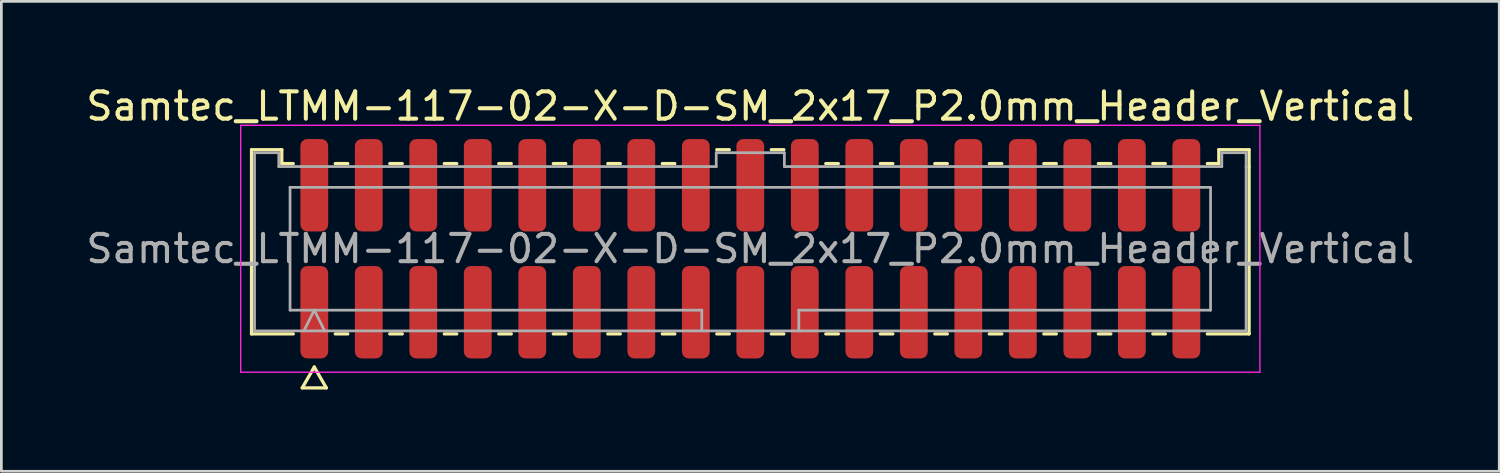
<source format=kicad_pcb>
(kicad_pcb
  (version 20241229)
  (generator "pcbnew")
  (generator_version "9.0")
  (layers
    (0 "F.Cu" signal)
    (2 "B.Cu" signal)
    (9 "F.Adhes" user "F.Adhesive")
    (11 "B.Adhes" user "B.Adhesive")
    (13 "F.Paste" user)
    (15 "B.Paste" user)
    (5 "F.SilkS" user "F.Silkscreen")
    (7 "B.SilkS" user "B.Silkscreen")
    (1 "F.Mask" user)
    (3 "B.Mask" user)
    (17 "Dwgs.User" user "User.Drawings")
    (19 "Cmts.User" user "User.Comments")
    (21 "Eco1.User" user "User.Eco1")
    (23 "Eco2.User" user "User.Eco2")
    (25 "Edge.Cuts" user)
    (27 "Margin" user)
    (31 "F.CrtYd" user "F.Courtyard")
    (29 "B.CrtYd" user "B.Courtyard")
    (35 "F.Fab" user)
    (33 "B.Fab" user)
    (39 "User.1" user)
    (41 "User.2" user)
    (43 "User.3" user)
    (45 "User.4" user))
  (footprint "Samtec_LTMM-117-02-X-D-SM_2x17_P2.0mm_Header_Vertical"
    (layer "F.Cu")
    (at 24.482 6.078)
    (property "Reference" "Samtec_LTMM-117-02-X-D-SM_2x17_P2.0mm_Header_Vertical" (at 0 -5.23 0) (layer "F.SilkS") (effects (font (size 1 1) (thickness 0.15))))
    (attr smd)
    (fp_line (start -18.302 -3.635) (end -17.192 -3.635) (stroke (width 0.12) (type solid)) (layer "F.SilkS"))
    (fp_line (start -18.302 3.125) (end -18.302 -3.635) (stroke (width 0.12) (type solid)) (layer "F.SilkS"))
    (fp_line (start -17.192 -3.635) (end -17.192 -3.125) (stroke (width 0.12) (type solid)) (layer "F.SilkS"))
    (fp_line (start -17.192 -3.125) (end -16.77 -3.125) (stroke (width 0.12) (type solid)) (layer "F.SilkS"))
    (fp_line (start -16.77 3.125) (end -18.302 3.125) (stroke (width 0.12) (type solid)) (layer "F.SilkS"))
    (fp_line (start -16.442 5.105) (end -16 4.34) (stroke (width 0.12) (type solid)) (layer "F.SilkS"))
    (fp_line (start -16 4.34) (end -15.558 5.105) (stroke (width 0.12) (type solid)) (layer "F.SilkS"))
    (fp_line (start -15.558 5.105) (end -16.442 5.105) (stroke (width 0.12) (type solid)) (layer "F.SilkS"))
    (fp_line (start -15.23 -3.125) (end -14.77 -3.125) (stroke (width 0.12) (type solid)) (layer "F.SilkS"))
    (fp_line (start -14.77 3.125) (end -15.23 3.125) (stroke (width 0.12) (type solid)) (layer "F.SilkS"))
    (fp_line (start -13.23 -3.125) (end -12.77 -3.125) (stroke (width 0.12) (type solid)) (layer "F.SilkS"))
    (fp_line (start -12.77 3.125) (end -13.23 3.125) (stroke (width 0.12) (type solid)) (layer "F.SilkS"))
    (fp_line (start -11.23 -3.125) (end -10.77 -3.125) (stroke (width 0.12) (type solid)) (layer "F.SilkS"))
    (fp_line (start -10.77 3.125) (end -11.23 3.125) (stroke (width 0.12) (type solid)) (layer "F.SilkS"))
    (fp_line (start -9.23 -3.125) (end -8.77 -3.125) (stroke (width 0.12) (type solid)) (layer "F.SilkS"))
    (fp_line (start -8.77 3.125) (end -9.23 3.125) (stroke (width 0.12) (type solid)) (layer "F.SilkS"))
    (fp_line (start -7.23 -3.125) (end -6.77 -3.125) (stroke (width 0.12) (type solid)) (layer "F.SilkS"))
    (fp_line (start -6.77 3.125) (end -7.23 3.125) (stroke (width 0.12) (type solid)) (layer "F.SilkS"))
    (fp_line (start -5.23 -3.125) (end -4.77 -3.125) (stroke (width 0.12) (type solid)) (layer "F.SilkS"))
    (fp_line (start -4.77 3.125) (end -5.23 3.125) (stroke (width 0.12) (type solid)) (layer "F.SilkS"))
    (fp_line (start -3.23 -3.125) (end -2.77 -3.125) (stroke (width 0.12) (type solid)) (layer "F.SilkS"))
    (fp_line (start -2.77 3.125) (end -3.23 3.125) (stroke (width 0.12) (type solid)) (layer "F.SilkS"))
    (fp_line (start -1.23 -3.635) (end -0.77 -3.635) (stroke (width 0.12) (type solid)) (layer "F.SilkS"))
    (fp_line (start -0.77 3.125) (end -1.23 3.125) (stroke (width 0.12) (type solid)) (layer "F.SilkS"))
    (fp_line (start 0.77 -3.635) (end 1.23 -3.635) (stroke (width 0.12) (type solid)) (layer "F.SilkS"))
    (fp_line (start 1.23 3.125) (end 0.77 3.125) (stroke (width 0.12) (type solid)) (layer "F.SilkS"))
    (fp_line (start 2.77 -3.125) (end 3.23 -3.125) (stroke (width 0.12) (type solid)) (layer "F.SilkS"))
    (fp_line (start 3.23 3.125) (end 2.77 3.125) (stroke (width 0.12) (type solid)) (layer "F.SilkS"))
    (fp_line (start 4.77 -3.125) (end 5.23 -3.125) (stroke (width 0.12) (type solid)) (layer "F.SilkS"))
    (fp_line (start 5.23 3.125) (end 4.77 3.125) (stroke (width 0.12) (type solid)) (layer "F.SilkS"))
    (fp_line (start 6.77 -3.125) (end 7.23 -3.125) (stroke (width 0.12) (type solid)) (layer "F.SilkS"))
    (fp_line (start 7.23 3.125) (end 6.77 3.125) (stroke (width 0.12) (type solid)) (layer "F.SilkS"))
    (fp_line (start 8.77 -3.125) (end 9.23 -3.125) (stroke (width 0.12) (type solid)) (layer "F.SilkS"))
    (fp_line (start 9.23 3.125) (end 8.77 3.125) (stroke (width 0.12) (type solid)) (layer "F.SilkS"))
    (fp_line (start 10.77 -3.125) (end 11.23 -3.125) (stroke (width 0.12) (type solid)) (layer "F.SilkS"))
    (fp_line (start 11.23 3.125) (end 10.77 3.125) (stroke (width 0.12) (type solid)) (layer "F.SilkS"))
    (fp_line (start 12.77 -3.125) (end 13.23 -3.125) (stroke (width 0.12) (type solid)) (layer "F.SilkS"))
    (fp_line (start 13.23 3.125) (end 12.77 3.125) (stroke (width 0.12) (type solid)) (layer "F.SilkS"))
    (fp_line (start 14.77 -3.125) (end 15.23 -3.125) (stroke (width 0.12) (type solid)) (layer "F.SilkS"))
    (fp_line (start 15.23 3.125) (end 14.77 3.125) (stroke (width 0.12) (type solid)) (layer "F.SilkS"))
    (fp_line (start 16.77 -3.125) (end 17.192 -3.125) (stroke (width 0.12) (type solid)) (layer "F.SilkS"))
    (fp_line (start 17.192 -3.635) (end 18.302 -3.635) (stroke (width 0.12) (type solid)) (layer "F.SilkS"))
    (fp_line (start 17.192 -3.125) (end 17.192 -3.635) (stroke (width 0.12) (type solid)) (layer "F.SilkS"))
    (fp_line (start 18.302 -3.635) (end 18.302 -3.015) (stroke (width 0.12) (type solid)) (layer "F.SilkS"))
    (fp_line (start 18.302 -3.015) (end 18.302 3.125) (stroke (width 0.12) (type solid)) (layer "F.SilkS"))
    (fp_line (start 18.302 3.125) (end 16.77 3.125) (stroke (width 0.12) (type solid)) (layer "F.SilkS"))
    (fp_line (start -18.7 -4.53) (end -18.7 4.53) (stroke (width 0.05) (type solid)) (layer "F.CrtYd"))
    (fp_line (start -18.7 4.53) (end 18.7 4.53) (stroke (width 0.05) (type solid)) (layer "F.CrtYd"))
    (fp_line (start 18.7 -4.53) (end -18.7 -4.53) (stroke (width 0.05) (type solid)) (layer "F.CrtYd"))
    (fp_line (start 18.7 4.53) (end 18.7 -4.53) (stroke (width 0.05) (type solid)) (layer "F.CrtYd"))
    (fp_line (start -18.192 -3.525) (end -17.302 -3.525) (stroke (width 0.1) (type solid)) (layer "F.Fab"))
    (fp_line (start -18.192 3.015) (end -18.192 -3.525) (stroke (width 0.1) (type solid)) (layer "F.Fab"))
    (fp_line (start -17.302 -3.525) (end -17.302 -3.015) (stroke (width 0.1) (type solid)) (layer "F.Fab"))
    (fp_line (start -17.302 -3.015) (end -1.25 -3.015) (stroke (width 0.1) (type solid)) (layer "F.Fab"))
    (fp_line (start -16.889 -2.253) (end 16.889 -2.253) (stroke (width 0.1) (type solid)) (layer "F.Fab"))
    (fp_line (start -16.889 2.253) (end -16.889 -2.253) (stroke (width 0.1) (type solid)) (layer "F.Fab"))
    (fp_line (start -16.381 3.015) (end -16 2.253) (stroke (width 0.1) (type solid)) (layer "F.Fab"))
    (fp_line (start -16 2.253) (end -15.619 3.015) (stroke (width 0.1) (type solid)) (layer "F.Fab"))
    (fp_line (start -1.78 2.253) (end -16.889 2.253) (stroke (width 0.1) (type solid)) (layer "F.Fab"))
    (fp_line (start -1.78 3.015) (end -1.78 2.253) (stroke (width 0.1) (type solid)) (layer "F.Fab"))
    (fp_line (start -1.25 -3.525) (end 1.25 -3.525) (stroke (width 0.1) (type solid)) (layer "F.Fab"))
    (fp_line (start -1.25 -3.015) (end -1.25 -3.525) (stroke (width 0.1) (type solid)) (layer "F.Fab"))
    (fp_line (start 1.25 -3.525) (end 1.25 -3.015) (stroke (width 0.1) (type solid)) (layer "F.Fab"))
    (fp_line (start 1.25 -3.015) (end 17.302 -3.015) (stroke (width 0.1) (type solid)) (layer "F.Fab"))
    (fp_line (start 1.78 2.253) (end 1.78 3.015) (stroke (width 0.1) (type solid)) (layer "F.Fab"))
    (fp_line (start 16.889 -2.253) (end 16.889 2.253) (stroke (width 0.1) (type solid)) (layer "F.Fab"))
    (fp_line (start 16.889 2.253) (end 1.78 2.253) (stroke (width 0.1) (type solid)) (layer "F.Fab"))
    (fp_line (start 17.302 -3.525) (end 18.192 -3.525) (stroke (width 0.1) (type solid)) (layer "F.Fab"))
    (fp_line (start 17.302 -3.015) (end 17.302 -3.525) (stroke (width 0.1) (type solid)) (layer "F.Fab"))
    (fp_line (start 18.192 -3.525) (end 18.192 -3.015) (stroke (width 0.1) (type solid)) (layer "F.Fab"))
    (fp_line (start 18.192 -3.015) (end 18.192 3.015) (stroke (width 0.1) (type solid)) (layer "F.Fab"))
    (fp_line (start 18.192 3.015) (end -18.192 3.015) (stroke (width 0.1) (type solid)) (layer "F.Fab"))
    (fp_text user "${REFERENCE}" (at 0 0 0) (layer "F.Fab") (effects (font (size 1 1) (thickness 0.15))))
    (pad "1" smd roundrect (at -16 2.33) (size 1.02 3.39) (layers "F.Cu" "F.Mask" "F.Paste") (roundrect_rratio 0.245))
    (pad "2" smd roundrect (at -16 -2.33) (size 1.02 3.39) (layers "F.Cu" "F.Mask" "F.Paste") (roundrect_rratio 0.245))
    (pad "3" smd roundrect (at -14 2.33) (size 1.02 3.39) (layers "F.Cu" "F.Mask" "F.Paste") (roundrect_rratio 0.245))
    (pad "4" smd roundrect (at -14 -2.33) (size 1.02 3.39) (layers "F.Cu" "F.Mask" "F.Paste") (roundrect_rratio 0.245))
    (pad "5" smd roundrect (at -12 2.33) (size 1.02 3.39) (layers "F.Cu" "F.Mask" "F.Paste") (roundrect_rratio 0.245))
    (pad "6" smd roundrect (at -12 -2.33) (size 1.02 3.39) (layers "F.Cu" "F.Mask" "F.Paste") (roundrect_rratio 0.245))
    (pad "7" smd roundrect (at -10 2.33) (size 1.02 3.39) (layers "F.Cu" "F.Mask" "F.Paste") (roundrect_rratio 0.245))
    (pad "8" smd roundrect (at -10 -2.33) (size 1.02 3.39) (layers "F.Cu" "F.Mask" "F.Paste") (roundrect_rratio 0.245))
    (pad "9" smd roundrect (at -8 2.33) (size 1.02 3.39) (layers "F.Cu" "F.Mask" "F.Paste") (roundrect_rratio 0.245))
    (pad "10" smd roundrect (at -8 -2.33) (size 1.02 3.39) (layers "F.Cu" "F.Mask" "F.Paste") (roundrect_rratio 0.245))
    (pad "11" smd roundrect (at -6 2.33) (size 1.02 3.39) (layers "F.Cu" "F.Mask" "F.Paste") (roundrect_rratio 0.245))
    (pad "12" smd roundrect (at -6 -2.33) (size 1.02 3.39) (layers "F.Cu" "F.Mask" "F.Paste") (roundrect_rratio 0.245))
    (pad "13" smd roundrect (at -4 2.33) (size 1.02 3.39) (layers "F.Cu" "F.Mask" "F.Paste") (roundrect_rratio 0.245))
    (pad "14" smd roundrect (at -4 -2.33) (size 1.02 3.39) (layers "F.Cu" "F.Mask" "F.Paste") (roundrect_rratio 0.245))
    (pad "15" smd roundrect (at -2 2.33) (size 1.02 3.39) (layers "F.Cu" "F.Mask" "F.Paste") (roundrect_rratio 0.245))
    (pad "16" smd roundrect (at -2 -2.33) (size 1.02 3.39) (layers "F.Cu" "F.Mask" "F.Paste") (roundrect_rratio 0.245))
    (pad "17" smd roundrect (at 0 2.33) (size 1.02 3.39) (layers "F.Cu" "F.Mask" "F.Paste") (roundrect_rratio 0.245))
    (pad "18" smd roundrect (at 0 -2.33) (size 1.02 3.39) (layers "F.Cu" "F.Mask" "F.Paste") (roundrect_rratio 0.245))
    (pad "19" smd roundrect (at 2 2.33) (size 1.02 3.39) (layers "F.Cu" "F.Mask" "F.Paste") (roundrect_rratio 0.245))
    (pad "20" smd roundrect (at 2 -2.33) (size 1.02 3.39) (layers "F.Cu" "F.Mask" "F.Paste") (roundrect_rratio 0.245))
    (pad "21" smd roundrect (at 4 2.33) (size 1.02 3.39) (layers "F.Cu" "F.Mask" "F.Paste") (roundrect_rratio 0.245))
    (pad "22" smd roundrect (at 4 -2.33) (size 1.02 3.39) (layers "F.Cu" "F.Mask" "F.Paste") (roundrect_rratio 0.245))
    (pad "23" smd roundrect (at 6 2.33) (size 1.02 3.39) (layers "F.Cu" "F.Mask" "F.Paste") (roundrect_rratio 0.245))
    (pad "24" smd roundrect (at 6 -2.33) (size 1.02 3.39) (layers "F.Cu" "F.Mask" "F.Paste") (roundrect_rratio 0.245))
    (pad "25" smd roundrect (at 8 2.33) (size 1.02 3.39) (layers "F.Cu" "F.Mask" "F.Paste") (roundrect_rratio 0.245))
    (pad "26" smd roundrect (at 8 -2.33) (size 1.02 3.39) (layers "F.Cu" "F.Mask" "F.Paste") (roundrect_rratio 0.245))
    (pad "27" smd roundrect (at 10 2.33) (size 1.02 3.39) (layers "F.Cu" "F.Mask" "F.Paste") (roundrect_rratio 0.245))
    (pad "28" smd roundrect (at 10 -2.33) (size 1.02 3.39) (layers "F.Cu" "F.Mask" "F.Paste") (roundrect_rratio 0.245))
    (pad "29" smd roundrect (at 12 2.33) (size 1.02 3.39) (layers "F.Cu" "F.Mask" "F.Paste") (roundrect_rratio 0.245))
    (pad "30" smd roundrect (at 12 -2.33) (size 1.02 3.39) (layers "F.Cu" "F.Mask" "F.Paste") (roundrect_rratio 0.245))
    (pad "31" smd roundrect (at 14 2.33) (size 1.02 3.39) (layers "F.Cu" "F.Mask" "F.Paste") (roundrect_rratio 0.245))
    (pad "32" smd roundrect (at 14 -2.33) (size 1.02 3.39) (layers "F.Cu" "F.Mask" "F.Paste") (roundrect_rratio 0.245))
    (pad "33" smd roundrect (at 16 2.33) (size 1.02 3.39) (layers "F.Cu" "F.Mask" "F.Paste") (roundrect_rratio 0.245))
    (pad "34" smd roundrect (at 16 -2.33) (size 1.02 3.39) (layers "F.Cu" "F.Mask" "F.Paste") (roundrect_rratio 0.245)))
  (gr_rect
    (start -3 -3)
    (end 51.964 14.243)
    (stroke (width 0.1) (type default))
    (fill no)
    (layer "Edge.Cuts")))
</source>
